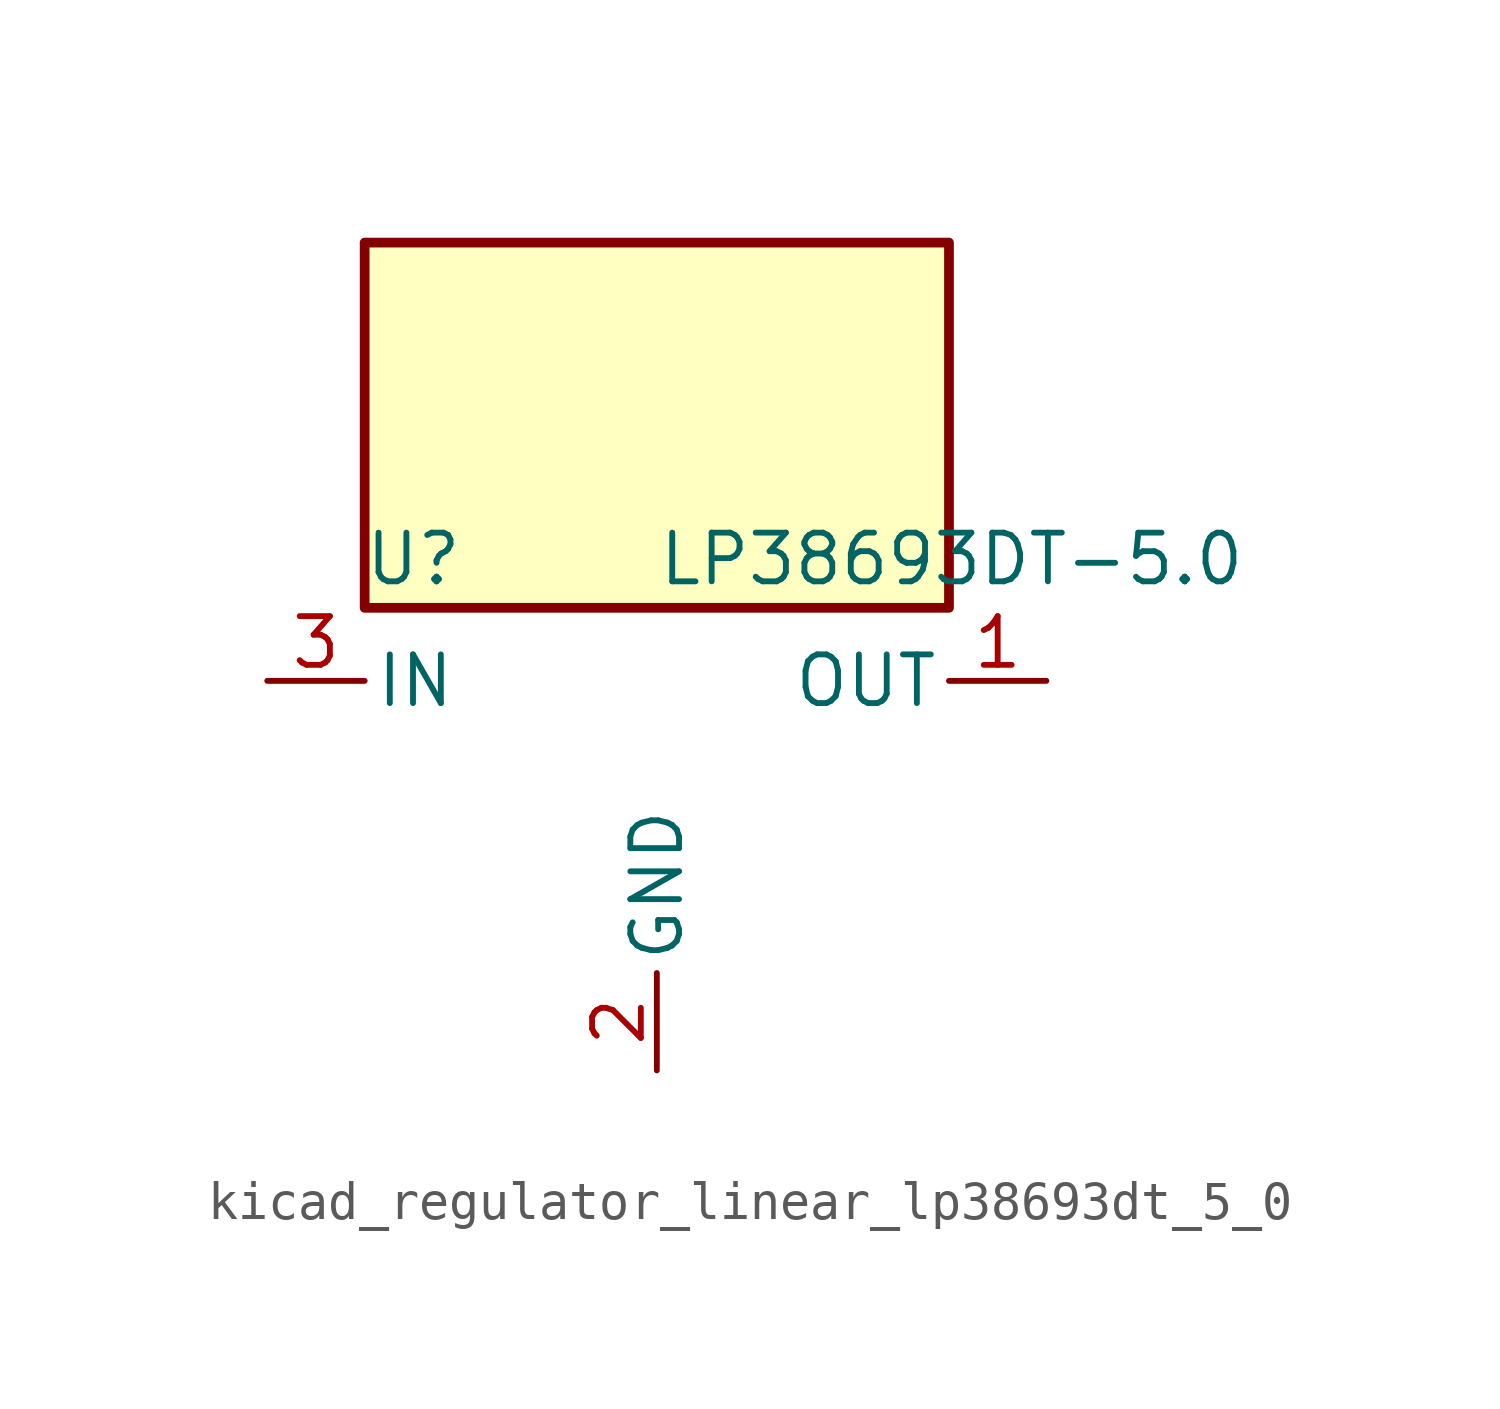
<source format=kicad_sym>
(kicad_symbol_lib
  (version 20220914)
  (generator kicad_symbol_editor)
  (symbol "kicad_regulator_linear_lp38693dt_5_0"
    (pin_names
      (offset 0.254))
    (property "Reference" "U"
      (at -6.35 5.715 0)
      (effects (font (size 1.27 1.27))))
    (property "Value" "LP38693DT-5.0"
      (at 0 5.715 0)
      (effects (font (size 1.27 1.27)) (justify left)))
    (symbol "kicad_regulator_linear_lp38693dt_5_0_0_1"
      (rectangle (start 7.62 13.97) (end -7.62 4.445) (stroke (width 0.254) (type default)) (fill (type background))))
    (symbol "kicad_regulator_linear_lp38693dt_5_0_1_1"
      (pin power_out line (at 10.16 2.54 180) (length 2.54) (name "OUT" (effects (font (size 1.27 1.27)))) (number "1" (effects (font (size 1.27 1.27)))))
      (pin power_in line (at 0 -7.62 90) (length 2.54) (name "GND" (effects (font (size 1.27 1.27)))) (number "2" (effects (font (size 1.27 1.27)))))
      (pin power_in line (at -10.16 2.54 0) (length 2.54) (name "IN" (effects (font (size 1.27 1.27)))) (number "3" (effects (font (size 1.27 1.27))))))))
</source>
